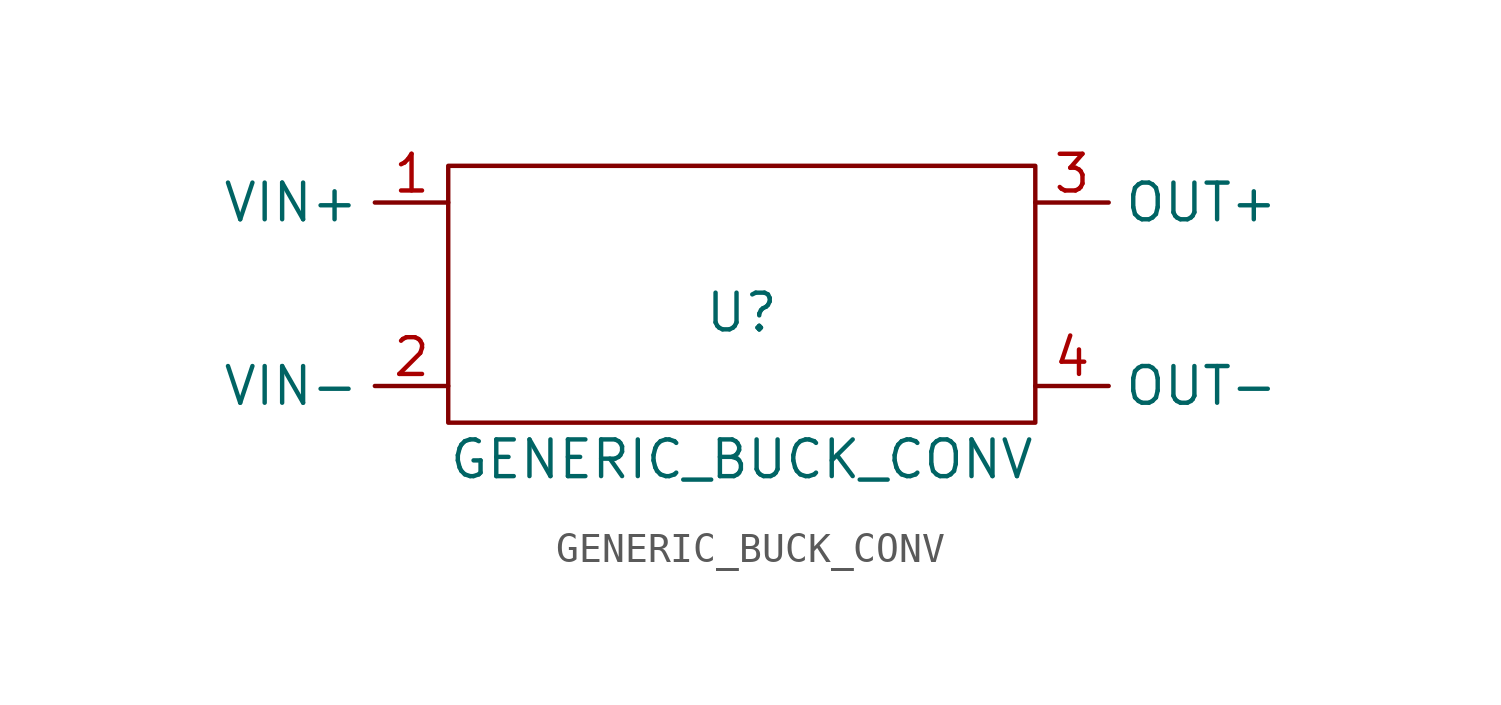
<source format=kicad_sym>
(kicad_symbol_lib
  (version 20211014)
  (generator kicad_symbol_editor)
  (symbol "GENERIC_BUCK_CONV"
    (property "Reference" "U"
      (at 0 0 0)
      (effects (font (size 1.27 1.27))))
    (property "Value" "GENERIC_BUCK_CONV"
      (at 0 -5.08 0)
      (effects (font (size 1.27 1.27))))
    (symbol "GENERIC_BUCK_CONV_0_1"
      (rectangle (start 10.16 -3.81) (end -10.16 5.08) (stroke (width 0) (type default) (color 0 0 0 0)) (fill (type none))))
    (symbol "GENERIC_BUCK_CONV_1_1"
      (pin power_in line (at -10.16 3.81 180) (length 2.54) (name "VIN+" (effects (font (size 1.27 1.27)))) (number "1" (effects (font (size 1.27 1.27)))))
      (pin power_in line (at -10.16 -2.54 180) (length 2.54) (name "VIN-" (effects (font (size 1.27 1.27)))) (number "2" (effects (font (size 1.27 1.27)))))
      (pin power_out line (at 10.16 3.81 0) (length 2.54) (name "OUT+" (effects (font (size 1.27 1.27)))) (number "3" (effects (font (size 1.27 1.27)))))
      (pin power_out line (at 10.16 -2.54 0) (length 2.54) (name "OUT-" (effects (font (size 1.27 1.27)))) (number "4" (effects (font (size 1.27 1.27))))))))
</source>
